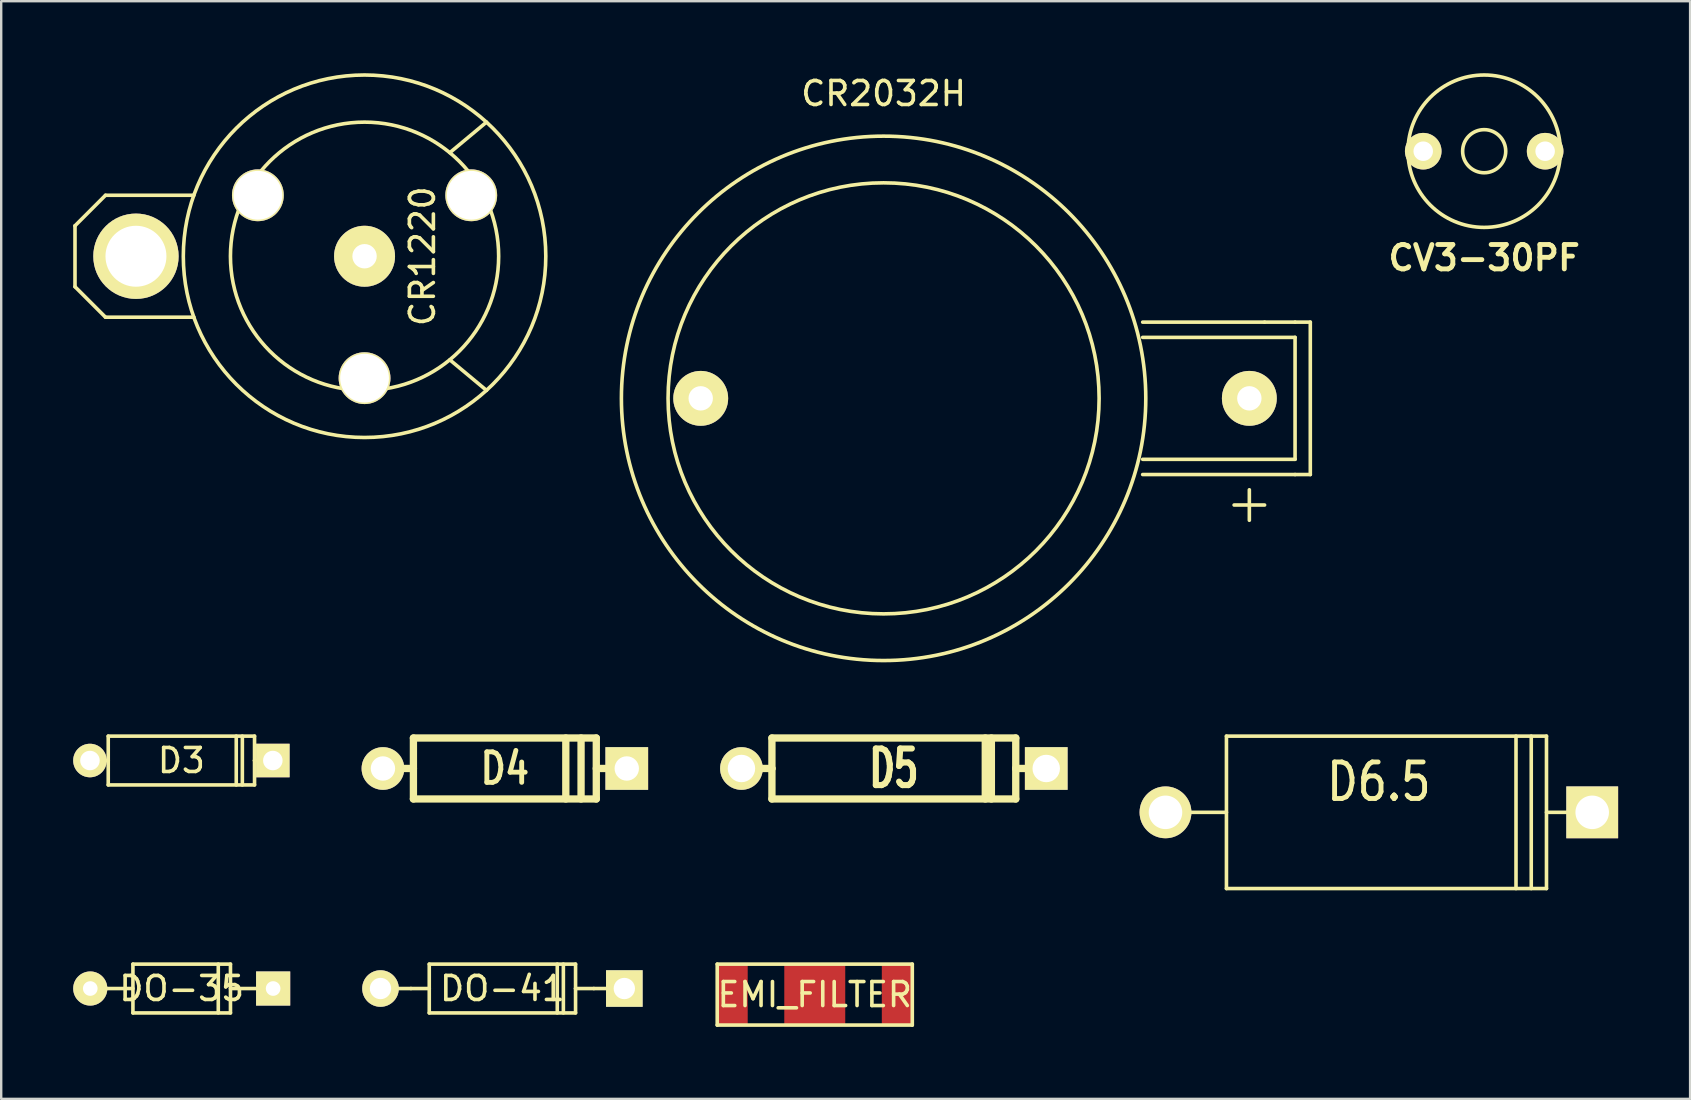
<source format=kicad_pcb>
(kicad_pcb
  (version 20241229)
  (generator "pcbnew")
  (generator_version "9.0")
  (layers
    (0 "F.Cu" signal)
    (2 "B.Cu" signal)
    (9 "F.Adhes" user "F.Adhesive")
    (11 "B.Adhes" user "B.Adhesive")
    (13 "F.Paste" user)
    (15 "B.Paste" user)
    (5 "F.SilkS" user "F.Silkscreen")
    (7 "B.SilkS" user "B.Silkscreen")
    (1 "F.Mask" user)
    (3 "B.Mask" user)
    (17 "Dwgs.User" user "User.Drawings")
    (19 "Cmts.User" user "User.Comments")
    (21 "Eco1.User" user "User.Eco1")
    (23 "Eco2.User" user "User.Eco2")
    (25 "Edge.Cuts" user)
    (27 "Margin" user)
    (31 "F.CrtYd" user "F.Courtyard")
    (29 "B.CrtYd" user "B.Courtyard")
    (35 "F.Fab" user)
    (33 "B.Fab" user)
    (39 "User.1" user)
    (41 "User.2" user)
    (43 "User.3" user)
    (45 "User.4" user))
  (footprint "CV3-30PF"
    (layer "F.Cu")
    (at 58.792 3.25)
    (property "Reference" "CV3-30PF" (at 0 4.445 0) (layer "F.SilkS") (effects (font (size 1.016 1.016) (thickness 0.203))))
    (attr through_hole)
    (fp_circle (center 0 0) (end 0.635 0.635) (stroke (width 0.15) (type solid)) (fill no) (layer "F.SilkS"))
    (fp_circle (center 0 0) (end 3.175 0) (stroke (width 0.15) (type solid)) (fill no) (layer "F.SilkS"))
    (pad "1" thru_hole circle (at 2.54 0) (size 1.524 1.524) (drill 0.813) (layers "*.Cu" "*.Mask" "F.SilkS"))
    (pad "2" thru_hole circle (at -2.54 0) (size 1.524 1.524) (drill 0.813) (layers "*.Cu" "*.Mask" "F.SilkS")))
  (footprint "DO-41"
    (layer "F.Cu")
    (at 17.884 38.139)
    (property "Reference" "DO-41" (at 0 0 0) (layer "F.SilkS") (effects (font (size 1 1) (thickness 0.15))))
    (attr through_hole)
    (fp_line (start -3.81 0) (end -5.08 0) (stroke (width 0.15) (type solid)) (layer "F.SilkS"))
    (fp_line (start -3.048 -1.016) (end -3.048 0) (stroke (width 0.15) (type solid)) (layer "F.SilkS"))
    (fp_line (start -3.048 0) (end -3.81 0) (stroke (width 0.15) (type solid)) (layer "F.SilkS"))
    (fp_line (start -3.048 0) (end -3.048 1.016) (stroke (width 0.15) (type solid)) (layer "F.SilkS"))
    (fp_line (start -3.048 1.016) (end 3.048 1.016) (stroke (width 0.15) (type solid)) (layer "F.SilkS"))
    (fp_line (start 2.286 1.016) (end 2.286 -1.016) (stroke (width 0.15) (type solid)) (layer "F.SilkS"))
    (fp_line (start 2.54 -1.016) (end 2.54 1.016) (stroke (width 0.15) (type solid)) (layer "F.SilkS"))
    (fp_line (start 3.048 -1.016) (end -3.048 -1.016) (stroke (width 0.15) (type solid)) (layer "F.SilkS"))
    (fp_line (start 3.048 0) (end 3.048 -1.016) (stroke (width 0.15) (type solid)) (layer "F.SilkS"))
    (fp_line (start 3.048 1.016) (end 3.048 0) (stroke (width 0.15) (type solid)) (layer "F.SilkS"))
    (fp_line (start 3.81 0) (end 3.048 0) (stroke (width 0.15) (type solid)) (layer "F.SilkS"))
    (fp_line (start 3.81 0) (end 5.08 0) (stroke (width 0.15) (type solid)) (layer "F.SilkS"))
    (pad "1" thru_hole circle (at -5.08 0) (size 1.524 1.524) (drill 0.889) (layers "*.Cu" "*.Mask" "F.SilkS"))
    (pad "2" thru_hole rect (at 5.08 0) (size 1.524 1.524) (drill 0.889) (layers "*.Cu" "*.Mask" "F.SilkS")))
  (footprint "D4"
    (layer "F.Cu")
    (at 17.986 28.971)
    (property "Reference" "D4" (at 0 0 0) (layer "F.SilkS") (effects (font (size 1.27 1.016) (thickness 0.203))))
    (attr through_hole)
    (fp_line (start -3.81 -1.27) (end 3.81 -1.27) (stroke (width 0.305) (type solid)) (layer "F.SilkS"))
    (fp_line (start -3.81 0) (end -5.08 0) (stroke (width 0.305) (type solid)) (layer "F.SilkS"))
    (fp_line (start -3.81 1.27) (end -3.81 -1.27) (stroke (width 0.305) (type solid)) (layer "F.SilkS"))
    (fp_line (start 2.54 1.27) (end 2.54 -1.27) (stroke (width 0.305) (type solid)) (layer "F.SilkS"))
    (fp_line (start 3.175 -1.27) (end 3.175 1.27) (stroke (width 0.305) (type solid)) (layer "F.SilkS"))
    (fp_line (start 3.81 -1.27) (end 3.81 1.27) (stroke (width 0.305) (type solid)) (layer "F.SilkS"))
    (fp_line (start 3.81 0) (end 5.08 0) (stroke (width 0.305) (type solid)) (layer "F.SilkS"))
    (fp_line (start 3.81 1.27) (end -3.81 1.27) (stroke (width 0.305) (type solid)) (layer "F.SilkS"))
    (pad "1" thru_hole circle (at -5.08 0) (size 1.778 1.778) (drill 1.016) (layers "*.Cu" "*.Mask" "F.SilkS"))
    (pad "2" thru_hole rect (at 5.08 0) (size 1.778 1.778) (drill 1.016) (layers "*.Cu" "*.Mask" "F.SilkS")))
  (footprint "EMI_FILTER"
    (layer "F.Cu")
    (at 30.899 38.393)
    (property "Reference" "EMI_FILTER" (at 0 0 0) (layer "F.SilkS") (effects (font (size 1 1) (thickness 0.15))))
    (attr through_hole)
    (fp_line (start -4.064 -1.27) (end 4.064 -1.27) (stroke (width 0.15) (type solid)) (layer "F.SilkS"))
    (fp_line (start -4.064 1.27) (end -4.064 -1.27) (stroke (width 0.15) (type solid)) (layer "F.SilkS"))
    (fp_line (start 4.064 1.27) (end -4.064 1.27) (stroke (width 0.15) (type solid)) (layer "F.SilkS"))
    (fp_line (start 4.064 1.27) (end 4.064 -1.27) (stroke (width 0.15) (type solid)) (layer "F.SilkS"))
    (pad "GND" smd rect (at 0 0) (size 2.54 2.54) (layers "F.Cu" "F.Mask" "F.Paste"))
    (pad "VI" smd rect (at -3.429 0) (size 1.27 2.54) (layers "F.Cu" "F.Mask" "F.Paste"))
    (pad "VO" smd rect (at 3.429 0) (size 1.27 2.54) (layers "F.Cu" "F.Mask" "F.Paste")))
  (footprint "CR2032H"
    (layer "F.Cu")
    (at 33.767 13.548)
    (property "Reference" "CR2032H" (at 0 -12.7 0) (layer "F.SilkS") (effects (font (size 1 1) (thickness 0.15))))
    (attr through_hole)
    (fp_line (start 10.795 -3.175) (end 15.875 -3.175) (stroke (width 0.15) (type solid)) (layer "F.SilkS"))
    (fp_line (start 10.795 -2.54) (end 17.145 -2.54) (stroke (width 0.15) (type solid)) (layer "F.SilkS"))
    (fp_line (start 14.605 4.445) (end 15.875 4.445) (stroke (width 0.15) (type solid)) (layer "F.SilkS"))
    (fp_line (start 15.24 3.81) (end 15.24 5.08) (stroke (width 0.15) (type solid)) (layer "F.SilkS"))
    (fp_line (start 15.875 -3.175) (end 17.145 -3.175) (stroke (width 0.15) (type solid)) (layer "F.SilkS"))
    (fp_line (start 17.145 -3.175) (end 17.78 -3.175) (stroke (width 0.15) (type solid)) (layer "F.SilkS"))
    (fp_line (start 17.145 -2.54) (end 17.145 2.54) (stroke (width 0.15) (type solid)) (layer "F.SilkS"))
    (fp_line (start 17.145 2.54) (end 10.795 2.54) (stroke (width 0.15) (type solid)) (layer "F.SilkS"))
    (fp_line (start 17.145 3.175) (end 10.795 3.175) (stroke (width 0.15) (type solid)) (layer "F.SilkS"))
    (fp_line (start 17.78 -3.175) (end 17.78 3.175) (stroke (width 0.15) (type solid)) (layer "F.SilkS"))
    (fp_line (start 17.78 3.175) (end 17.145 3.175) (stroke (width 0.15) (type solid)) (layer "F.SilkS"))
    (fp_circle (center 0 0) (end -1.27 -8.89) (stroke (width 0.15) (type solid)) (fill no) (layer "F.SilkS"))
    (fp_circle (center 0 0) (end 6.35 8.89) (stroke (width 0.15) (type solid)) (fill no) (layer "F.SilkS"))
    (pad "1" thru_hole circle (at 15.24 0) (size 2.286 2.286) (drill 1.016) (layers "*.Cu" "*.Mask" "F.SilkS"))
    (pad "2" thru_hole circle (at -7.62 0) (size 2.286 2.286) (drill 1.016) (layers "*.Cu" "*.Mask" "F.SilkS")))
  (footprint "CR1220"
    (layer "F.Cu")
    (at 7.695 7.627)
    (property "Reference" "CR1220" (at 6.858 0 90) (layer "F.SilkS") (effects (font (size 1 1) (thickness 0.15))))
    (attr through_hole)
    (fp_line (start -7.62 -1.27) (end -6.35 -2.54) (stroke (width 0.15) (type solid)) (layer "F.SilkS"))
    (fp_line (start -7.62 1.27) (end -7.62 -1.27) (stroke (width 0.15) (type solid)) (layer "F.SilkS"))
    (fp_line (start -6.35 -2.54) (end -2.667 -2.54) (stroke (width 0.15) (type solid)) (layer "F.SilkS"))
    (fp_line (start -6.35 2.54) (end -7.62 1.27) (stroke (width 0.15) (type solid)) (layer "F.SilkS"))
    (fp_line (start -6.35 2.54) (end -2.667 2.54) (stroke (width 0.15) (type solid)) (layer "F.SilkS"))
    (fp_line (start 8.001 -4.318) (end 9.525 -5.588) (stroke (width 0.15) (type solid)) (layer "F.SilkS"))
    (fp_line (start 8.001 4.318) (end 9.525 5.588) (stroke (width 0.15) (type solid)) (layer "F.SilkS"))
    (fp_circle (center 4.445 0) (end -2.667 2.54) (stroke (width 0.15) (type solid)) (fill no) (layer "F.SilkS"))
    (fp_circle (center 4.445 0) (end -1.143 0) (stroke (width 0.15) (type solid)) (fill no) (layer "F.SilkS"))
    (pad "" thru_hole circle (at 0 -2.54) (size 2.159 2.159) (drill 2.032) (layers "*.Cu" "*.Mask" "F.SilkS"))
    (pad "" thru_hole circle (at 4.445 5.08) (size 2.159 2.159) (drill 2.032) (layers "*.Cu" "*.Mask" "F.SilkS"))
    (pad "" thru_hole circle (at 8.89 -2.54) (size 2.159 2.159) (drill 2.032) (layers "*.Cu" "*.Mask" "F.SilkS"))
    (pad "1" thru_hole circle (at -5.08 0) (size 3.556 3.556) (drill 2.54) (layers "*.Cu" "*.Mask" "F.SilkS"))
    (pad "2" thru_hole circle (at 4.445 0) (size 2.54 2.54) (drill 1.016) (layers "*.Cu" "*.Mask" "F.SilkS")))
  (footprint "D6.5"
    (layer "F.Cu")
    (at 54.403 30.798)
    (property "Reference" "D6.5" (at 0 -1.27 0) (layer "F.SilkS") (effects (font (size 1.524 1.27) (thickness 0.203))))
    (attr through_hole)
    (fp_line (start -8.89 0) (end -6.35 0) (stroke (width 0.15) (type solid)) (layer "F.SilkS"))
    (fp_line (start -6.35 -3.175) (end 6.985 -3.175) (stroke (width 0.15) (type solid)) (layer "F.SilkS"))
    (fp_line (start -6.35 3.175) (end -6.35 -3.175) (stroke (width 0.15) (type solid)) (layer "F.SilkS"))
    (fp_line (start 5.715 3.175) (end 5.715 -3.175) (stroke (width 0.15) (type solid)) (layer "F.SilkS"))
    (fp_line (start 6.35 -3.175) (end 6.35 3.175) (stroke (width 0.15) (type solid)) (layer "F.SilkS"))
    (fp_line (start 6.985 0) (end 8.89 0) (stroke (width 0.15) (type solid)) (layer "F.SilkS"))
    (fp_line (start 6.985 3.175) (end -6.35 3.175) (stroke (width 0.15) (type solid)) (layer "F.SilkS"))
    (fp_line (start 6.985 3.175) (end 6.985 -3.175) (stroke (width 0.15) (type solid)) (layer "F.SilkS"))
    (pad "1" thru_hole circle (at -8.89 0) (size 2.159 2.159) (drill 1.397) (layers "*.Cu" "*.Mask" "F.SilkS"))
    (pad "2" thru_hole rect (at 8.89 0) (size 2.159 2.159) (drill 1.397) (layers "*.Cu" "*.Mask" "F.SilkS")))
  (footprint "D5"
    (layer "F.Cu")
    (at 34.194 28.971)
    (property "Reference" "D5" (at 0 0 0) (layer "F.SilkS") (effects (font (size 1.524 1.016) (thickness 0.305))))
    (attr through_hole)
    (fp_line (start -5.08 -1.27) (end -5.08 0) (stroke (width 0.305) (type solid)) (layer "F.SilkS"))
    (fp_line (start -5.08 0) (end -6.35 0) (stroke (width 0.305) (type solid)) (layer "F.SilkS"))
    (fp_line (start -5.08 0) (end -5.08 1.27) (stroke (width 0.305) (type solid)) (layer "F.SilkS"))
    (fp_line (start -5.08 1.27) (end 5.08 1.27) (stroke (width 0.305) (type solid)) (layer "F.SilkS"))
    (fp_line (start 3.81 -1.27) (end 3.81 1.27) (stroke (width 0.305) (type solid)) (layer "F.SilkS"))
    (fp_line (start 4.064 -1.27) (end 4.064 1.27) (stroke (width 0.305) (type solid)) (layer "F.SilkS"))
    (fp_line (start 5.08 -1.27) (end -5.08 -1.27) (stroke (width 0.305) (type solid)) (layer "F.SilkS"))
    (fp_line (start 5.08 0) (end 5.08 -1.27) (stroke (width 0.305) (type solid)) (layer "F.SilkS"))
    (fp_line (start 5.08 1.27) (end 5.08 0) (stroke (width 0.305) (type solid)) (layer "F.SilkS"))
    (fp_line (start 6.35 0) (end 5.08 0) (stroke (width 0.305) (type solid)) (layer "F.SilkS"))
    (pad "1" thru_hole circle (at -6.35 0) (size 1.778 1.778) (drill 1.143) (layers "*.Cu" "*.Mask" "F.SilkS"))
    (pad "2" thru_hole rect (at 6.35 0) (size 1.778 1.778) (drill 1.143) (layers "*.Cu" "*.Mask" "F.SilkS")))
  (footprint "DO-35"
    (layer "F.Cu")
    (at 4.521 38.139)
    (property "Reference" "DO-35" (at 0 0 0) (layer "F.SilkS") (effects (font (size 1 1) (thickness 0.15))))
    (attr through_hole)
    (fp_line (start -2.032 -1.016) (end -2.032 1.016) (stroke (width 0.15) (type solid)) (layer "F.SilkS"))
    (fp_line (start -2.032 0) (end -3.81 0) (stroke (width 0.15) (type solid)) (layer "F.SilkS"))
    (fp_line (start -2.032 1.016) (end 2.032 1.016) (stroke (width 0.15) (type solid)) (layer "F.SilkS"))
    (fp_line (start 1.524 -1.016) (end 1.524 1.016) (stroke (width 0.15) (type solid)) (layer "F.SilkS"))
    (fp_line (start 2.032 -1.016) (end -2.032 -1.016) (stroke (width 0.15) (type solid)) (layer "F.SilkS"))
    (fp_line (start 2.032 0) (end 3.81 0) (stroke (width 0.15) (type solid)) (layer "F.SilkS"))
    (fp_line (start 2.032 1.016) (end 2.032 -1.016) (stroke (width 0.15) (type solid)) (layer "F.SilkS"))
    (pad "1" thru_hole circle (at -3.81 0) (size 1.422 1.422) (drill 0.61) (layers "*.Cu" "*.Mask" "F.SilkS"))
    (pad "2" thru_hole rect (at 3.81 0) (size 1.422 1.422) (drill 0.61) (layers "*.Cu" "*.Mask" "F.SilkS")))
  (footprint "D3"
    (layer "F.Cu")
    (at 4.508 28.639)
    (property "Reference" "D3" (at 0 0 0) (layer "F.SilkS") (effects (font (size 1 1) (thickness 0.15))))
    (attr through_hole)
    (fp_line (start -3.048 -1.016) (end -3.048 0) (stroke (width 0.15) (type solid)) (layer "F.SilkS"))
    (fp_line (start -3.048 0) (end -3.81 0) (stroke (width 0.15) (type solid)) (layer "F.SilkS"))
    (fp_line (start -3.048 0) (end -3.048 1.016) (stroke (width 0.15) (type solid)) (layer "F.SilkS"))
    (fp_line (start -3.048 1.016) (end 3.048 1.016) (stroke (width 0.15) (type solid)) (layer "F.SilkS"))
    (fp_line (start 2.286 1.016) (end 2.286 -1.016) (stroke (width 0.15) (type solid)) (layer "F.SilkS"))
    (fp_line (start 2.54 -1.016) (end 2.54 1.016) (stroke (width 0.15) (type solid)) (layer "F.SilkS"))
    (fp_line (start 3.048 -1.016) (end -3.048 -1.016) (stroke (width 0.15) (type solid)) (layer "F.SilkS"))
    (fp_line (start 3.048 0) (end 3.048 -1.016) (stroke (width 0.15) (type solid)) (layer "F.SilkS"))
    (fp_line (start 3.048 1.016) (end 3.048 0) (stroke (width 0.15) (type solid)) (layer "F.SilkS"))
    (fp_line (start 3.81 0) (end 3.048 0) (stroke (width 0.15) (type solid)) (layer "F.SilkS"))
    (pad "1" thru_hole circle (at -3.81 0) (size 1.397 1.397) (drill 0.813) (layers "*.Cu" "*.Mask" "F.SilkS"))
    (pad "2" thru_hole rect (at 3.81 0) (size 1.397 1.397) (drill 0.813) (layers "*.Cu" "*.Mask" "F.SilkS")))
  (gr_rect
    (start -3 -3)
    (end 67.372 42.738)
    (stroke (width 0.1) (type default))
    (fill no)
    (layer "Edge.Cuts")))
</source>
